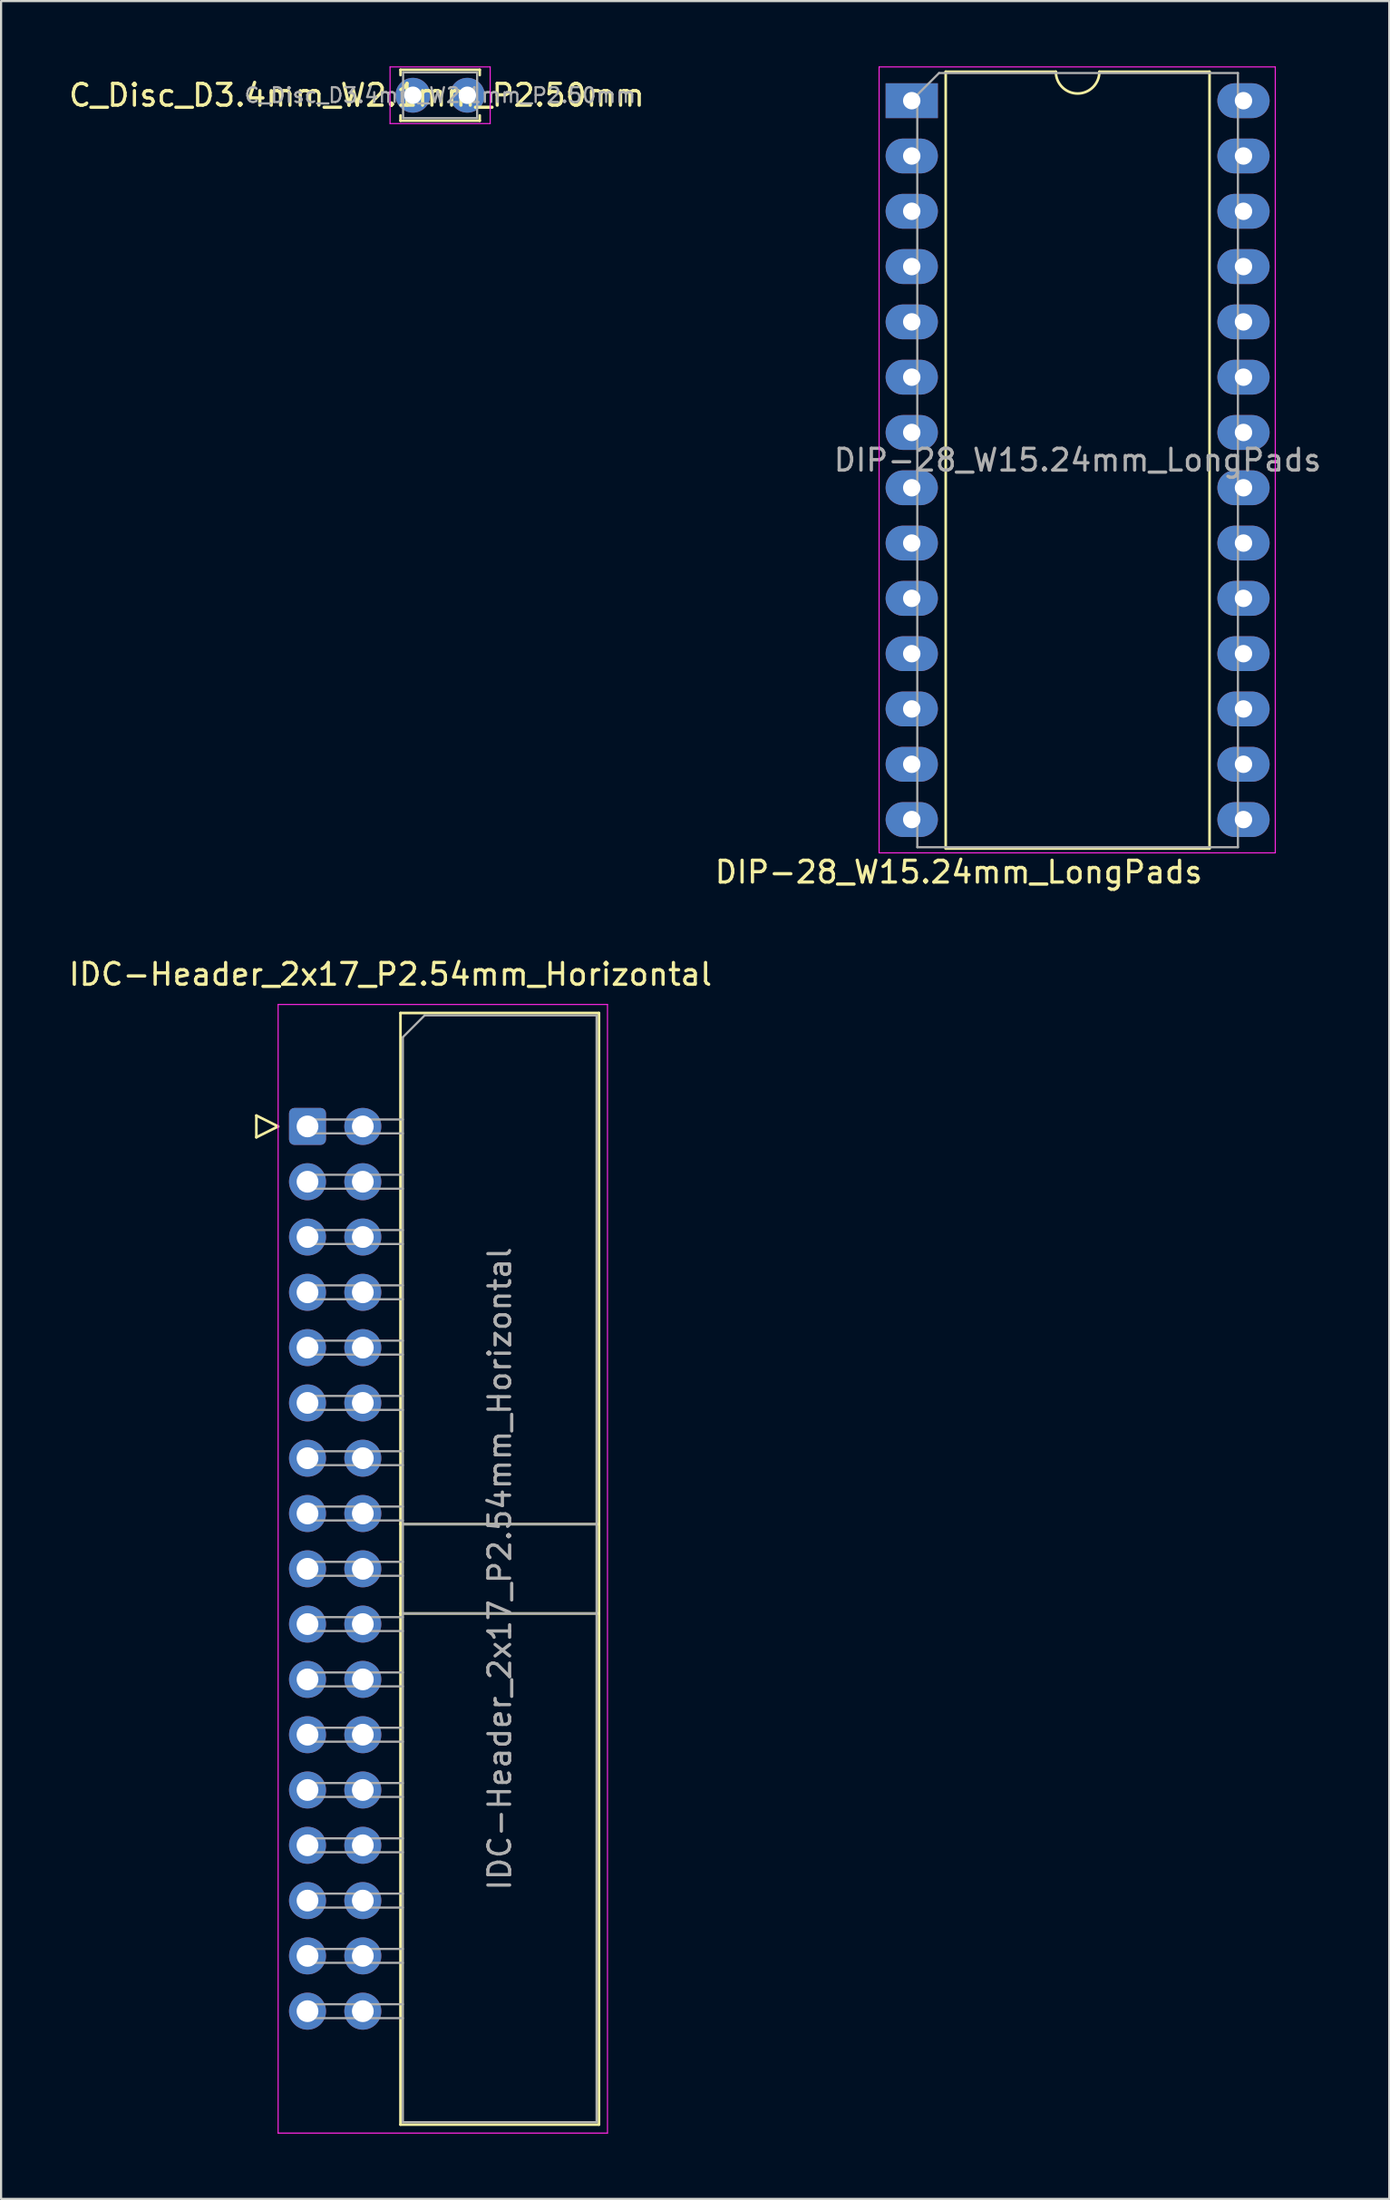
<source format=kicad_pcb>
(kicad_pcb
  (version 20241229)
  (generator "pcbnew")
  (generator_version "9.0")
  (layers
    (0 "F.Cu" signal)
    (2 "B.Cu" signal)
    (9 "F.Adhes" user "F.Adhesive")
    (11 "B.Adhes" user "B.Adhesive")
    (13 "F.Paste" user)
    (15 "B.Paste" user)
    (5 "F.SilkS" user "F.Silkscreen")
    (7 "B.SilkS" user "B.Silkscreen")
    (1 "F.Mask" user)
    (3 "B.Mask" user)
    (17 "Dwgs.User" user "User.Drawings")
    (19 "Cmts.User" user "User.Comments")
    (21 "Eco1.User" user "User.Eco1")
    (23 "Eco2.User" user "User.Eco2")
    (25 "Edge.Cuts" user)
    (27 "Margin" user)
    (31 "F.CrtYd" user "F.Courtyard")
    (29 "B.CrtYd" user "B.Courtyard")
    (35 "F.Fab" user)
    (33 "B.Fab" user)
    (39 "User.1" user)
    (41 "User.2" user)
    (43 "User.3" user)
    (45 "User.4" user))
  (footprint "C_Disc_D3.4mm_W2.1mm_P2.50mm"
    (layer "F.Cu")
    (at 15.919 1.325)
    (property "Reference" "C_Disc_D3.4mm_W2.1mm_P2.50mm" (at -2.58 0 180) (layer "F.SilkS") (effects (font (size 1 1) (thickness 0.15))))
    (attr through_hole)
    (fp_line (start -0.57 -1.17) (end -0.57 -0.925) (stroke (width 0.12) (type solid)) (layer "F.SilkS"))
    (fp_line (start -0.57 -1.17) (end 3.07 -1.17) (stroke (width 0.12) (type solid)) (layer "F.SilkS"))
    (fp_line (start -0.57 0.925) (end -0.57 1.17) (stroke (width 0.12) (type solid)) (layer "F.SilkS"))
    (fp_line (start -0.57 1.17) (end 3.07 1.17) (stroke (width 0.12) (type solid)) (layer "F.SilkS"))
    (fp_line (start 3.07 -1.17) (end 3.07 -0.925) (stroke (width 0.12) (type solid)) (layer "F.SilkS"))
    (fp_line (start 3.07 0.925) (end 3.07 1.17) (stroke (width 0.12) (type solid)) (layer "F.SilkS"))
    (fp_line (start -1.05 -1.3) (end -1.05 1.3) (stroke (width 0.05) (type solid)) (layer "F.CrtYd"))
    (fp_line (start -1.05 1.3) (end 3.55 1.3) (stroke (width 0.05) (type solid)) (layer "F.CrtYd"))
    (fp_line (start 3.55 -1.3) (end -1.05 -1.3) (stroke (width 0.05) (type solid)) (layer "F.CrtYd"))
    (fp_line (start 3.55 1.3) (end 3.55 -1.3) (stroke (width 0.05) (type solid)) (layer "F.CrtYd"))
    (fp_line (start -0.45 -1.05) (end -0.45 1.05) (stroke (width 0.1) (type solid)) (layer "F.Fab"))
    (fp_line (start -0.45 1.05) (end 2.95 1.05) (stroke (width 0.1) (type solid)) (layer "F.Fab"))
    (fp_line (start 2.95 -1.05) (end -0.45 -1.05) (stroke (width 0.1) (type solid)) (layer "F.Fab"))
    (fp_line (start 2.95 1.05) (end 2.95 -1.05) (stroke (width 0.1) (type solid)) (layer "F.Fab"))
    (fp_text user "${REFERENCE}" (at 1.25 0 180) (layer "F.Fab") (effects (font (size 0.68 0.68) (thickness 0.102))))
    (pad "1" thru_hole circle (at 0 0) (size 1.6 1.6) (drill 0.8) (layers "*.Cu" "*.Mask"))
    (pad "2" thru_hole circle (at 2.5 0) (size 1.6 1.6) (drill 0.8) (layers "*.Cu" "*.Mask")))
  (footprint "DIP-28_W15.24mm_LongPads"
    (layer "F.Cu")
    (at 38.835 1.575)
    (property "Reference" "DIP-28_W15.24mm_LongPads" (at 2.159 35.433 0) (layer "F.SilkS") (effects (font (size 1 1) (thickness 0.15))))
    (attr through_hole)
    (fp_line (start 1.56 -1.33) (end 1.56 34.35) (stroke (width 0.12) (type solid)) (layer "F.SilkS"))
    (fp_line (start 1.56 34.35) (end 13.68 34.35) (stroke (width 0.12) (type solid)) (layer "F.SilkS"))
    (fp_line (start 6.62 -1.33) (end 1.56 -1.33) (stroke (width 0.12) (type solid)) (layer "F.SilkS"))
    (fp_line (start 13.68 -1.33) (end 8.62 -1.33) (stroke (width 0.12) (type solid)) (layer "F.SilkS"))
    (fp_line (start 13.68 34.35) (end 13.68 -1.33) (stroke (width 0.12) (type solid)) (layer "F.SilkS"))
    (fp_arc (start 8.62 -1.33) (mid 7.62 -0.33) (end 6.62 -1.33) (stroke (width 0.12) (type solid)) (layer "F.SilkS"))
    (fp_line (start -1.5 -1.55) (end -1.5 34.55) (stroke (width 0.05) (type solid)) (layer "F.CrtYd"))
    (fp_line (start -1.5 34.55) (end 16.7 34.55) (stroke (width 0.05) (type solid)) (layer "F.CrtYd"))
    (fp_line (start 16.7 -1.55) (end -1.5 -1.55) (stroke (width 0.05) (type solid)) (layer "F.CrtYd"))
    (fp_line (start 16.7 34.55) (end 16.7 -1.55) (stroke (width 0.05) (type solid)) (layer "F.CrtYd"))
    (fp_line (start 0.255 -0.27) (end 1.255 -1.27) (stroke (width 0.1) (type solid)) (layer "F.Fab"))
    (fp_line (start 0.255 34.29) (end 0.255 -0.27) (stroke (width 0.1) (type solid)) (layer "F.Fab"))
    (fp_line (start 1.255 -1.27) (end 14.985 -1.27) (stroke (width 0.1) (type solid)) (layer "F.Fab"))
    (fp_line (start 14.985 -1.27) (end 14.985 34.29) (stroke (width 0.1) (type solid)) (layer "F.Fab"))
    (fp_line (start 14.985 34.29) (end 0.255 34.29) (stroke (width 0.1) (type solid)) (layer "F.Fab"))
    (fp_text user "${REFERENCE}" (at 7.62 16.51 0) (layer "F.Fab") (effects (font (size 1 1) (thickness 0.15))))
    (pad "1" thru_hole rect (at 0 0) (size 2.4 1.6) (drill 0.8) (layers "*.Cu" "*.Mask"))
    (pad "2" thru_hole oval (at 0 2.54) (size 2.4 1.6) (drill 0.8) (layers "*.Cu" "*.Mask"))
    (pad "3" thru_hole oval (at 0 5.08) (size 2.4 1.6) (drill 0.8) (layers "*.Cu" "*.Mask"))
    (pad "4" thru_hole oval (at 0 7.62) (size 2.4 1.6) (drill 0.8) (layers "*.Cu" "*.Mask"))
    (pad "5" thru_hole oval (at 0 10.16) (size 2.4 1.6) (drill 0.8) (layers "*.Cu" "*.Mask"))
    (pad "6" thru_hole oval (at 0 12.7) (size 2.4 1.6) (drill 0.8) (layers "*.Cu" "*.Mask"))
    (pad "7" thru_hole oval (at 0 15.24) (size 2.4 1.6) (drill 0.8) (layers "*.Cu" "*.Mask"))
    (pad "8" thru_hole oval (at 0 17.78) (size 2.4 1.6) (drill 0.8) (layers "*.Cu" "*.Mask"))
    (pad "9" thru_hole oval (at 0 20.32) (size 2.4 1.6) (drill 0.8) (layers "*.Cu" "*.Mask"))
    (pad "10" thru_hole oval (at 0 22.86) (size 2.4 1.6) (drill 0.8) (layers "*.Cu" "*.Mask"))
    (pad "11" thru_hole oval (at 0 25.4) (size 2.4 1.6) (drill 0.8) (layers "*.Cu" "*.Mask"))
    (pad "12" thru_hole oval (at 0 27.94) (size 2.4 1.6) (drill 0.8) (layers "*.Cu" "*.Mask"))
    (pad "13" thru_hole oval (at 0 30.48) (size 2.4 1.6) (drill 0.8) (layers "*.Cu" "*.Mask"))
    (pad "14" thru_hole oval (at 0 33.02) (size 2.4 1.6) (drill 0.8) (layers "*.Cu" "*.Mask"))
    (pad "15" thru_hole oval (at 15.24 33.02) (size 2.4 1.6) (drill 0.8) (layers "*.Cu" "*.Mask"))
    (pad "16" thru_hole oval (at 15.24 30.48) (size 2.4 1.6) (drill 0.8) (layers "*.Cu" "*.Mask"))
    (pad "17" thru_hole oval (at 15.24 27.94) (size 2.4 1.6) (drill 0.8) (layers "*.Cu" "*.Mask"))
    (pad "18" thru_hole oval (at 15.24 25.4) (size 2.4 1.6) (drill 0.8) (layers "*.Cu" "*.Mask"))
    (pad "19" thru_hole oval (at 15.24 22.86) (size 2.4 1.6) (drill 0.8) (layers "*.Cu" "*.Mask"))
    (pad "20" thru_hole oval (at 15.24 20.32) (size 2.4 1.6) (drill 0.8) (layers "*.Cu" "*.Mask"))
    (pad "21" thru_hole oval (at 15.24 17.78) (size 2.4 1.6) (drill 0.8) (layers "*.Cu" "*.Mask"))
    (pad "22" thru_hole oval (at 15.24 15.24) (size 2.4 1.6) (drill 0.8) (layers "*.Cu" "*.Mask"))
    (pad "23" thru_hole oval (at 15.24 12.7) (size 2.4 1.6) (drill 0.8) (layers "*.Cu" "*.Mask"))
    (pad "24" thru_hole oval (at 15.24 10.16) (size 2.4 1.6) (drill 0.8) (layers "*.Cu" "*.Mask"))
    (pad "25" thru_hole oval (at 15.24 7.62) (size 2.4 1.6) (drill 0.8) (layers "*.Cu" "*.Mask"))
    (pad "26" thru_hole oval (at 15.24 5.08) (size 2.4 1.6) (drill 0.8) (layers "*.Cu" "*.Mask"))
    (pad "27" thru_hole oval (at 15.24 2.54) (size 2.4 1.6) (drill 0.8) (layers "*.Cu" "*.Mask"))
    (pad "28" thru_hole oval (at 15.24 0) (size 2.4 1.6) (drill 0.8) (layers "*.Cu" "*.Mask")))
  (footprint "IDC-Header_2x17_P2.54mm_Horizontal"
    (layer "F.Cu")
    (at 11.077 48.69)
    (property "Reference" "IDC-Header_2x17_P2.54mm_Horizontal" (at 3.81 -6.985 180) (layer "F.SilkS") (effects (font (size 1 1) (thickness 0.15))))
    (attr through_hole)
    (fp_line (start -2.35 -0.5) (end -2.35 0.5) (stroke (width 0.12) (type solid)) (layer "F.SilkS"))
    (fp_line (start -2.35 0.5) (end -1.35 0) (stroke (width 0.12) (type solid)) (layer "F.SilkS"))
    (fp_line (start -1.35 0) (end -2.35 -0.5) (stroke (width 0.12) (type solid)) (layer "F.SilkS"))
    (fp_line (start 4.27 -5.21) (end 13.39 -5.21) (stroke (width 0.12) (type solid)) (layer "F.SilkS"))
    (fp_line (start 4.27 18.27) (end 13.39 18.27) (stroke (width 0.12) (type solid)) (layer "F.SilkS"))
    (fp_line (start 4.27 22.37) (end 13.39 22.37) (stroke (width 0.12) (type solid)) (layer "F.SilkS"))
    (fp_line (start 4.27 45.85) (end 4.27 -5.21) (stroke (width 0.12) (type solid)) (layer "F.SilkS"))
    (fp_line (start 13.39 -5.21) (end 13.39 45.85) (stroke (width 0.12) (type solid)) (layer "F.SilkS"))
    (fp_line (start 13.39 45.85) (end 4.27 45.85) (stroke (width 0.12) (type solid)) (layer "F.SilkS"))
    (fp_line (start -1.35 -5.6) (end -1.35 46.24) (stroke (width 0.05) (type solid)) (layer "F.CrtYd"))
    (fp_line (start -1.35 46.24) (end 13.78 46.24) (stroke (width 0.05) (type solid)) (layer "F.CrtYd"))
    (fp_line (start 13.78 -5.6) (end -1.35 -5.6) (stroke (width 0.05) (type solid)) (layer "F.CrtYd"))
    (fp_line (start 13.78 46.24) (end 13.78 -5.6) (stroke (width 0.05) (type solid)) (layer "F.CrtYd"))
    (fp_line (start -0.32 -0.32) (end -0.32 0.32) (stroke (width 0.1) (type solid)) (layer "F.Fab"))
    (fp_line (start -0.32 0.32) (end 4.38 0.32) (stroke (width 0.1) (type solid)) (layer "F.Fab"))
    (fp_line (start -0.32 2.22) (end -0.32 2.86) (stroke (width 0.1) (type solid)) (layer "F.Fab"))
    (fp_line (start -0.32 2.86) (end 4.38 2.86) (stroke (width 0.1) (type solid)) (layer "F.Fab"))
    (fp_line (start -0.32 4.76) (end -0.32 5.4) (stroke (width 0.1) (type solid)) (layer "F.Fab"))
    (fp_line (start -0.32 5.4) (end 4.38 5.4) (stroke (width 0.1) (type solid)) (layer "F.Fab"))
    (fp_line (start -0.32 7.3) (end -0.32 7.94) (stroke (width 0.1) (type solid)) (layer "F.Fab"))
    (fp_line (start -0.32 7.94) (end 4.38 7.94) (stroke (width 0.1) (type solid)) (layer "F.Fab"))
    (fp_line (start -0.32 9.84) (end -0.32 10.48) (stroke (width 0.1) (type solid)) (layer "F.Fab"))
    (fp_line (start -0.32 10.48) (end 4.38 10.48) (stroke (width 0.1) (type solid)) (layer "F.Fab"))
    (fp_line (start -0.32 12.38) (end -0.32 13.02) (stroke (width 0.1) (type solid)) (layer "F.Fab"))
    (fp_line (start -0.32 13.02) (end 4.38 13.02) (stroke (width 0.1) (type solid)) (layer "F.Fab"))
    (fp_line (start -0.32 14.92) (end -0.32 15.56) (stroke (width 0.1) (type solid)) (layer "F.Fab"))
    (fp_line (start -0.32 15.56) (end 4.38 15.56) (stroke (width 0.1) (type solid)) (layer "F.Fab"))
    (fp_line (start -0.32 17.46) (end -0.32 18.1) (stroke (width 0.1) (type solid)) (layer "F.Fab"))
    (fp_line (start -0.32 18.1) (end 4.38 18.1) (stroke (width 0.1) (type solid)) (layer "F.Fab"))
    (fp_line (start -0.32 20) (end -0.32 20.64) (stroke (width 0.1) (type solid)) (layer "F.Fab"))
    (fp_line (start -0.32 20.64) (end 4.38 20.64) (stroke (width 0.1) (type solid)) (layer "F.Fab"))
    (fp_line (start -0.32 22.54) (end -0.32 23.18) (stroke (width 0.1) (type solid)) (layer "F.Fab"))
    (fp_line (start -0.32 23.18) (end 4.38 23.18) (stroke (width 0.1) (type solid)) (layer "F.Fab"))
    (fp_line (start -0.32 25.08) (end -0.32 25.72) (stroke (width 0.1) (type solid)) (layer "F.Fab"))
    (fp_line (start -0.32 25.72) (end 4.38 25.72) (stroke (width 0.1) (type solid)) (layer "F.Fab"))
    (fp_line (start -0.32 27.62) (end -0.32 28.26) (stroke (width 0.1) (type solid)) (layer "F.Fab"))
    (fp_line (start -0.32 28.26) (end 4.38 28.26) (stroke (width 0.1) (type solid)) (layer "F.Fab"))
    (fp_line (start -0.32 30.16) (end -0.32 30.8) (stroke (width 0.1) (type solid)) (layer "F.Fab"))
    (fp_line (start -0.32 30.8) (end 4.38 30.8) (stroke (width 0.1) (type solid)) (layer "F.Fab"))
    (fp_line (start -0.32 32.7) (end -0.32 33.34) (stroke (width 0.1) (type solid)) (layer "F.Fab"))
    (fp_line (start -0.32 33.34) (end 4.38 33.34) (stroke (width 0.1) (type solid)) (layer "F.Fab"))
    (fp_line (start -0.32 35.24) (end -0.32 35.88) (stroke (width 0.1) (type solid)) (layer "F.Fab"))
    (fp_line (start -0.32 35.88) (end 4.38 35.88) (stroke (width 0.1) (type solid)) (layer "F.Fab"))
    (fp_line (start -0.32 37.78) (end -0.32 38.42) (stroke (width 0.1) (type solid)) (layer "F.Fab"))
    (fp_line (start -0.32 38.42) (end 4.38 38.42) (stroke (width 0.1) (type solid)) (layer "F.Fab"))
    (fp_line (start -0.32 40.32) (end -0.32 40.96) (stroke (width 0.1) (type solid)) (layer "F.Fab"))
    (fp_line (start -0.32 40.96) (end 4.38 40.96) (stroke (width 0.1) (type solid)) (layer "F.Fab"))
    (fp_line (start 4.38 -4.1) (end 5.38 -5.1) (stroke (width 0.1) (type solid)) (layer "F.Fab"))
    (fp_line (start 4.38 -0.32) (end -0.32 -0.32) (stroke (width 0.1) (type solid)) (layer "F.Fab"))
    (fp_line (start 4.38 2.22) (end -0.32 2.22) (stroke (width 0.1) (type solid)) (layer "F.Fab"))
    (fp_line (start 4.38 4.76) (end -0.32 4.76) (stroke (width 0.1) (type solid)) (layer "F.Fab"))
    (fp_line (start 4.38 7.3) (end -0.32 7.3) (stroke (width 0.1) (type solid)) (layer "F.Fab"))
    (fp_line (start 4.38 9.84) (end -0.32 9.84) (stroke (width 0.1) (type solid)) (layer "F.Fab"))
    (fp_line (start 4.38 12.38) (end -0.32 12.38) (stroke (width 0.1) (type solid)) (layer "F.Fab"))
    (fp_line (start 4.38 14.92) (end -0.32 14.92) (stroke (width 0.1) (type solid)) (layer "F.Fab"))
    (fp_line (start 4.38 17.46) (end -0.32 17.46) (stroke (width 0.1) (type solid)) (layer "F.Fab"))
    (fp_line (start 4.38 18.27) (end 13.28 18.27) (stroke (width 0.1) (type solid)) (layer "F.Fab"))
    (fp_line (start 4.38 20) (end -0.32 20) (stroke (width 0.1) (type solid)) (layer "F.Fab"))
    (fp_line (start 4.38 22.37) (end 13.28 22.37) (stroke (width 0.1) (type solid)) (layer "F.Fab"))
    (fp_line (start 4.38 22.54) (end -0.32 22.54) (stroke (width 0.1) (type solid)) (layer "F.Fab"))
    (fp_line (start 4.38 25.08) (end -0.32 25.08) (stroke (width 0.1) (type solid)) (layer "F.Fab"))
    (fp_line (start 4.38 27.62) (end -0.32 27.62) (stroke (width 0.1) (type solid)) (layer "F.Fab"))
    (fp_line (start 4.38 30.16) (end -0.32 30.16) (stroke (width 0.1) (type solid)) (layer "F.Fab"))
    (fp_line (start 4.38 32.7) (end -0.32 32.7) (stroke (width 0.1) (type solid)) (layer "F.Fab"))
    (fp_line (start 4.38 35.24) (end -0.32 35.24) (stroke (width 0.1) (type solid)) (layer "F.Fab"))
    (fp_line (start 4.38 37.78) (end -0.32 37.78) (stroke (width 0.1) (type solid)) (layer "F.Fab"))
    (fp_line (start 4.38 40.32) (end -0.32 40.32) (stroke (width 0.1) (type solid)) (layer "F.Fab"))
    (fp_line (start 4.38 45.74) (end 4.38 -4.1) (stroke (width 0.1) (type solid)) (layer "F.Fab"))
    (fp_line (start 5.38 -5.1) (end 13.28 -5.1) (stroke (width 0.1) (type solid)) (layer "F.Fab"))
    (fp_line (start 13.28 -5.1) (end 13.28 45.74) (stroke (width 0.1) (type solid)) (layer "F.Fab"))
    (fp_line (start 13.28 45.74) (end 4.38 45.74) (stroke (width 0.1) (type solid)) (layer "F.Fab"))
    (fp_text user "${REFERENCE}" (at 8.83 20.32 90) (layer "F.Fab") (effects (font (size 1 1) (thickness 0.15))))
    (pad "1" thru_hole roundrect (at 0 0) (size 1.7 1.7) (drill 1) (layers "*.Cu" "*.Mask") (roundrect_rratio 0.147))
    (pad "2" thru_hole circle (at 2.54 0) (size 1.7 1.7) (drill 1) (layers "*.Cu" "*.Mask"))
    (pad "3" thru_hole circle (at 0 2.54) (size 1.7 1.7) (drill 1) (layers "*.Cu" "*.Mask"))
    (pad "4" thru_hole circle (at 2.54 2.54) (size 1.7 1.7) (drill 1) (layers "*.Cu" "*.Mask"))
    (pad "5" thru_hole circle (at 0 5.08) (size 1.7 1.7) (drill 1) (layers "*.Cu" "*.Mask"))
    (pad "6" thru_hole circle (at 2.54 5.08) (size 1.7 1.7) (drill 1) (layers "*.Cu" "*.Mask"))
    (pad "7" thru_hole circle (at 0 7.62) (size 1.7 1.7) (drill 1) (layers "*.Cu" "*.Mask"))
    (pad "8" thru_hole circle (at 2.54 7.62) (size 1.7 1.7) (drill 1) (layers "*.Cu" "*.Mask"))
    (pad "9" thru_hole circle (at 0 10.16) (size 1.7 1.7) (drill 1) (layers "*.Cu" "*.Mask"))
    (pad "10" thru_hole circle (at 2.54 10.16) (size 1.7 1.7) (drill 1) (layers "*.Cu" "*.Mask"))
    (pad "11" thru_hole circle (at 0 12.7) (size 1.7 1.7) (drill 1) (layers "*.Cu" "*.Mask"))
    (pad "12" thru_hole circle (at 2.54 12.7) (size 1.7 1.7) (drill 1) (layers "*.Cu" "*.Mask"))
    (pad "13" thru_hole circle (at 0 15.24) (size 1.7 1.7) (drill 1) (layers "*.Cu" "*.Mask"))
    (pad "14" thru_hole circle (at 2.54 15.24) (size 1.7 1.7) (drill 1) (layers "*.Cu" "*.Mask"))
    (pad "15" thru_hole circle (at 0 17.78) (size 1.7 1.7) (drill 1) (layers "*.Cu" "*.Mask"))
    (pad "16" thru_hole circle (at 2.54 17.78) (size 1.7 1.7) (drill 1) (layers "*.Cu" "*.Mask"))
    (pad "17" thru_hole circle (at 0 20.32) (size 1.7 1.7) (drill 1) (layers "*.Cu" "*.Mask"))
    (pad "18" thru_hole circle (at 2.54 20.32) (size 1.7 1.7) (drill 1) (layers "*.Cu" "*.Mask"))
    (pad "19" thru_hole circle (at 0 22.86) (size 1.7 1.7) (drill 1) (layers "*.Cu" "*.Mask"))
    (pad "20" thru_hole circle (at 2.54 22.86) (size 1.7 1.7) (drill 1) (layers "*.Cu" "*.Mask"))
    (pad "21" thru_hole circle (at 0 25.4) (size 1.7 1.7) (drill 1) (layers "*.Cu" "*.Mask"))
    (pad "22" thru_hole circle (at 2.54 25.4) (size 1.7 1.7) (drill 1) (layers "*.Cu" "*.Mask"))
    (pad "23" thru_hole circle (at 0 27.94) (size 1.7 1.7) (drill 1) (layers "*.Cu" "*.Mask"))
    (pad "24" thru_hole circle (at 2.54 27.94) (size 1.7 1.7) (drill 1) (layers "*.Cu" "*.Mask"))
    (pad "25" thru_hole circle (at 0 30.48) (size 1.7 1.7) (drill 1) (layers "*.Cu" "*.Mask"))
    (pad "26" thru_hole circle (at 2.54 30.48) (size 1.7 1.7) (drill 1) (layers "*.Cu" "*.Mask"))
    (pad "27" thru_hole circle (at 0 33.02) (size 1.7 1.7) (drill 1) (layers "*.Cu" "*.Mask"))
    (pad "28" thru_hole circle (at 2.54 33.02) (size 1.7 1.7) (drill 1) (layers "*.Cu" "*.Mask"))
    (pad "29" thru_hole circle (at 0 35.56) (size 1.7 1.7) (drill 1) (layers "*.Cu" "*.Mask"))
    (pad "30" thru_hole circle (at 2.54 35.56) (size 1.7 1.7) (drill 1) (layers "*.Cu" "*.Mask"))
    (pad "31" thru_hole circle (at 0 38.1) (size 1.7 1.7) (drill 1) (layers "*.Cu" "*.Mask"))
    (pad "32" thru_hole circle (at 2.54 38.1) (size 1.7 1.7) (drill 1) (layers "*.Cu" "*.Mask"))
    (pad "33" thru_hole circle (at 0 40.64) (size 1.7 1.7) (drill 1) (layers "*.Cu" "*.Mask"))
    (pad "34" thru_hole circle (at 2.54 40.64) (size 1.7 1.7) (drill 1) (layers "*.Cu" "*.Mask")))
  (gr_rect
    (start -3 -3)
    (end 60.771 97.954)
    (stroke (width 0.1) (type default))
    (fill no)
    (layer "Edge.Cuts")))
</source>
